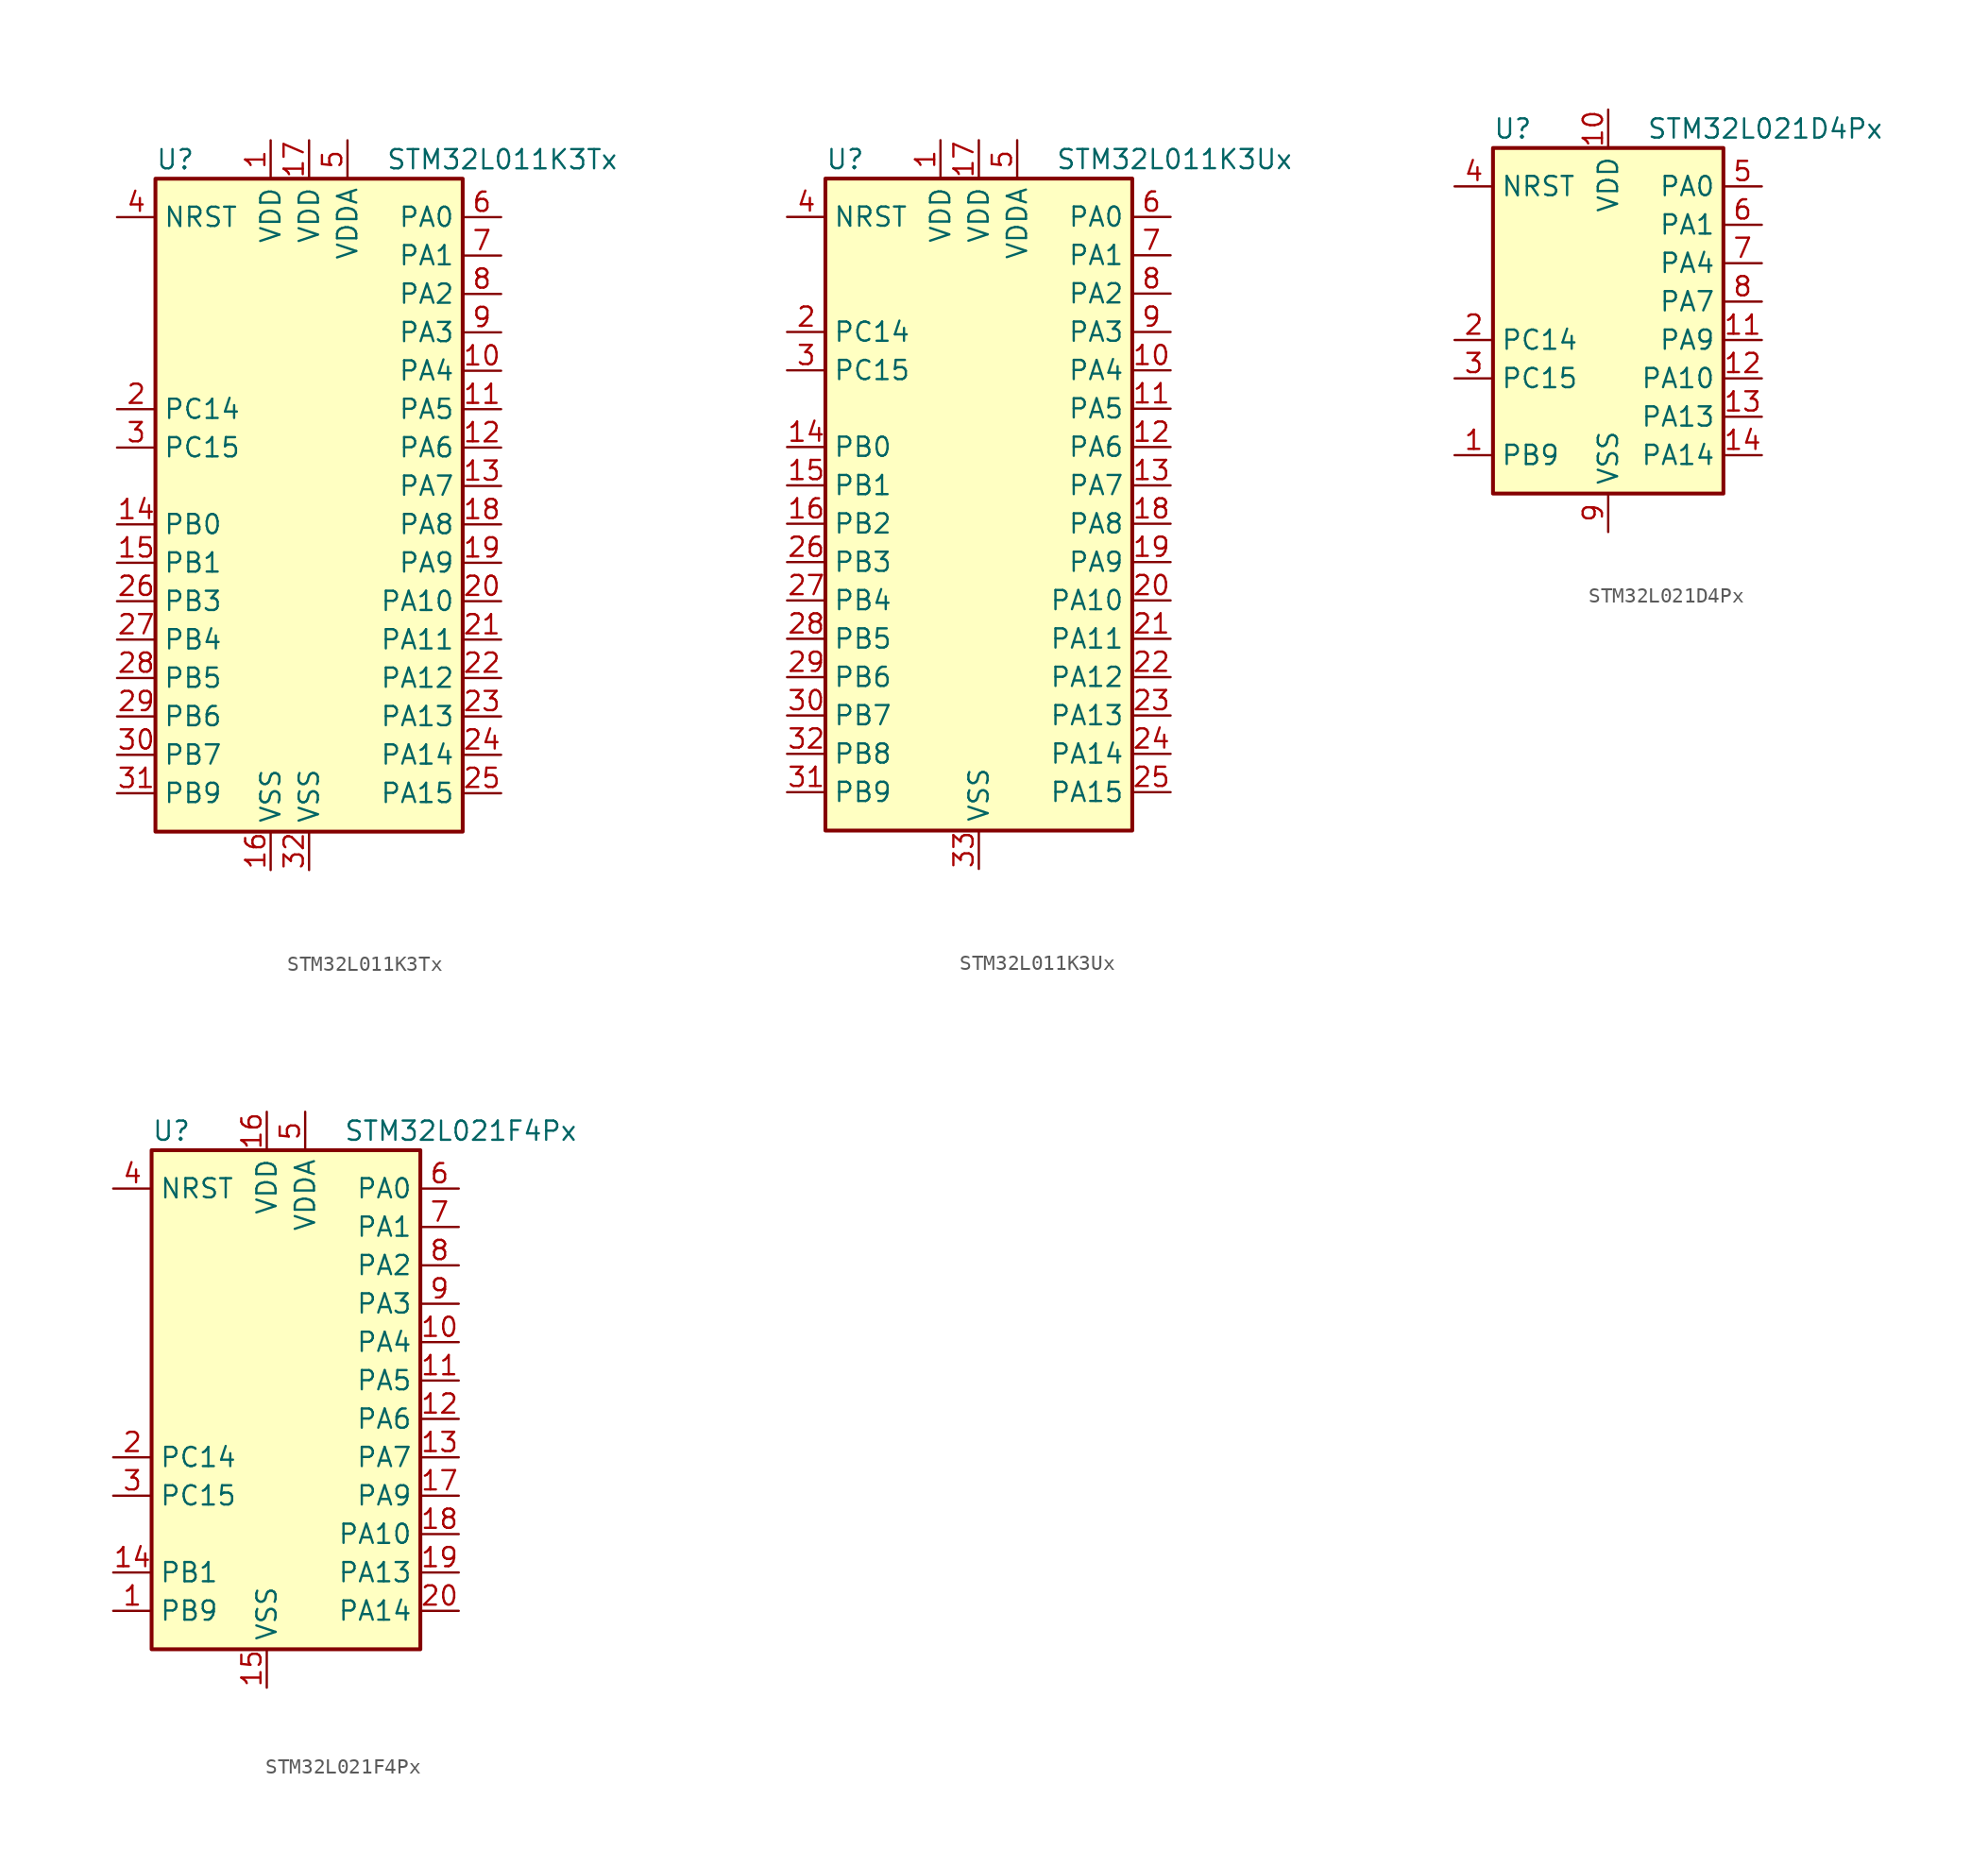
<source format=kicad_sym>
(kicad_symbol_lib
  (version 20201005)
  (generator kicad_symbol_editor)
  (symbol "STM32L011K3Tx"
    (property "Reference" "U"
      (at -10.16 21.59 0)
      (effects (font (size 1.27 1.27)) (justify left)))
    (property "Value" "STM32L011K3Tx"
      (at 5.08 21.59 0)
      (effects (font (size 1.27 1.27)) (justify left)))
    (symbol "STM32L011K3Tx_0_1"
      (rectangle (start -10.16 -22.86) (end 10.16 20.32) (stroke (width 0.254)) (fill (type background))))
    (symbol "STM32L011K3Tx_1_1"
      (pin power_in line (at -2.54 22.86 270) (length 2.54) (name "VDD" (effects (font (size 1.27 1.27)))) (number "1" (effects (font (size 1.27 1.27)))))
      (pin bidirectional line (at 12.7 7.62 180) (length 2.54) (name "PA4" (effects (font (size 1.27 1.27)))) (number "10" (effects (font (size 1.27 1.27)))))
      (pin bidirectional line (at 12.7 5.08 180) (length 2.54) (name "PA5" (effects (font (size 1.27 1.27)))) (number "11" (effects (font (size 1.27 1.27)))))
      (pin bidirectional line (at 12.7 2.54 180) (length 2.54) (name "PA6" (effects (font (size 1.27 1.27)))) (number "12" (effects (font (size 1.27 1.27)))))
      (pin bidirectional line (at 12.7 0 180) (length 2.54) (name "PA7" (effects (font (size 1.27 1.27)))) (number "13" (effects (font (size 1.27 1.27)))))
      (pin bidirectional line (at -12.7 -2.54 0) (length 2.54) (name "PB0" (effects (font (size 1.27 1.27)))) (number "14" (effects (font (size 1.27 1.27)))))
      (pin bidirectional line (at -12.7 -5.08 0) (length 2.54) (name "PB1" (effects (font (size 1.27 1.27)))) (number "15" (effects (font (size 1.27 1.27)))))
      (pin power_in line (at -2.54 -25.4 90) (length 2.54) (name "VSS" (effects (font (size 1.27 1.27)))) (number "16" (effects (font (size 1.27 1.27)))))
      (pin power_in line (at 0 22.86 270) (length 2.54) (name "VDD" (effects (font (size 1.27 1.27)))) (number "17" (effects (font (size 1.27 1.27)))))
      (pin bidirectional line (at 12.7 -2.54 180) (length 2.54) (name "PA8" (effects (font (size 1.27 1.27)))) (number "18" (effects (font (size 1.27 1.27)))))
      (pin bidirectional line (at 12.7 -5.08 180) (length 2.54) (name "PA9" (effects (font (size 1.27 1.27)))) (number "19" (effects (font (size 1.27 1.27)))))
      (pin bidirectional line (at -12.7 5.08 0) (length 2.54) (name "PC14" (effects (font (size 1.27 1.27)))) (number "2" (effects (font (size 1.27 1.27)))))
      (pin bidirectional line (at 12.7 -7.62 180) (length 2.54) (name "PA10" (effects (font (size 1.27 1.27)))) (number "20" (effects (font (size 1.27 1.27)))))
      (pin bidirectional line (at 12.7 -10.16 180) (length 2.54) (name "PA11" (effects (font (size 1.27 1.27)))) (number "21" (effects (font (size 1.27 1.27)))))
      (pin bidirectional line (at 12.7 -12.7 180) (length 2.54) (name "PA12" (effects (font (size 1.27 1.27)))) (number "22" (effects (font (size 1.27 1.27)))))
      (pin bidirectional line (at 12.7 -15.24 180) (length 2.54) (name "PA13" (effects (font (size 1.27 1.27)))) (number "23" (effects (font (size 1.27 1.27)))))
      (pin bidirectional line (at 12.7 -17.78 180) (length 2.54) (name "PA14" (effects (font (size 1.27 1.27)))) (number "24" (effects (font (size 1.27 1.27)))))
      (pin bidirectional line (at 12.7 -20.32 180) (length 2.54) (name "PA15" (effects (font (size 1.27 1.27)))) (number "25" (effects (font (size 1.27 1.27)))))
      (pin bidirectional line (at -12.7 -7.62 0) (length 2.54) (name "PB3" (effects (font (size 1.27 1.27)))) (number "26" (effects (font (size 1.27 1.27)))))
      (pin bidirectional line (at -12.7 -10.16 0) (length 2.54) (name "PB4" (effects (font (size 1.27 1.27)))) (number "27" (effects (font (size 1.27 1.27)))))
      (pin bidirectional line (at -12.7 -12.7 0) (length 2.54) (name "PB5" (effects (font (size 1.27 1.27)))) (number "28" (effects (font (size 1.27 1.27)))))
      (pin bidirectional line (at -12.7 -15.24 0) (length 2.54) (name "PB6" (effects (font (size 1.27 1.27)))) (number "29" (effects (font (size 1.27 1.27)))))
      (pin bidirectional line (at -12.7 2.54 0) (length 2.54) (name "PC15" (effects (font (size 1.27 1.27)))) (number "3" (effects (font (size 1.27 1.27)))))
      (pin bidirectional line (at -12.7 -17.78 0) (length 2.54) (name "PB7" (effects (font (size 1.27 1.27)))) (number "30" (effects (font (size 1.27 1.27)))))
      (pin bidirectional line (at -12.7 -20.32 0) (length 2.54) (name "PB9" (effects (font (size 1.27 1.27)))) (number "31" (effects (font (size 1.27 1.27)))))
      (pin power_in line (at 0 -25.4 90) (length 2.54) (name "VSS" (effects (font (size 1.27 1.27)))) (number "32" (effects (font (size 1.27 1.27)))))
      (pin input line (at -12.7 17.78 0) (length 2.54) (name "NRST" (effects (font (size 1.27 1.27)))) (number "4" (effects (font (size 1.27 1.27)))))
      (pin power_in line (at 2.54 22.86 270) (length 2.54) (name "VDDA" (effects (font (size 1.27 1.27)))) (number "5" (effects (font (size 1.27 1.27)))))
      (pin bidirectional line (at 12.7 17.78 180) (length 2.54) (name "PA0" (effects (font (size 1.27 1.27)))) (number "6" (effects (font (size 1.27 1.27)))))
      (pin bidirectional line (at 12.7 15.24 180) (length 2.54) (name "PA1" (effects (font (size 1.27 1.27)))) (number "7" (effects (font (size 1.27 1.27)))))
      (pin bidirectional line (at 12.7 12.7 180) (length 2.54) (name "PA2" (effects (font (size 1.27 1.27)))) (number "8" (effects (font (size 1.27 1.27)))))
      (pin bidirectional line (at 12.7 10.16 180) (length 2.54) (name "PA3" (effects (font (size 1.27 1.27)))) (number "9" (effects (font (size 1.27 1.27)))))))
  (symbol "STM32L011K3Ux"
    (property "Reference" "U"
      (at -10.16 21.59 0)
      (effects (font (size 1.27 1.27)) (justify left)))
    (property "Value" "STM32L011K3Ux"
      (at 5.08 21.59 0)
      (effects (font (size 1.27 1.27)) (justify left)))
    (symbol "STM32L011K3Ux_0_1"
      (rectangle (start -10.16 -22.86) (end 10.16 20.32) (stroke (width 0.254)) (fill (type background))))
    (symbol "STM32L011K3Ux_1_1"
      (pin power_in line (at -2.54 22.86 270) (length 2.54) (name "VDD" (effects (font (size 1.27 1.27)))) (number "1" (effects (font (size 1.27 1.27)))))
      (pin bidirectional line (at 12.7 7.62 180) (length 2.54) (name "PA4" (effects (font (size 1.27 1.27)))) (number "10" (effects (font (size 1.27 1.27)))))
      (pin bidirectional line (at 12.7 5.08 180) (length 2.54) (name "PA5" (effects (font (size 1.27 1.27)))) (number "11" (effects (font (size 1.27 1.27)))))
      (pin bidirectional line (at 12.7 2.54 180) (length 2.54) (name "PA6" (effects (font (size 1.27 1.27)))) (number "12" (effects (font (size 1.27 1.27)))))
      (pin bidirectional line (at 12.7 0 180) (length 2.54) (name "PA7" (effects (font (size 1.27 1.27)))) (number "13" (effects (font (size 1.27 1.27)))))
      (pin bidirectional line (at -12.7 2.54 0) (length 2.54) (name "PB0" (effects (font (size 1.27 1.27)))) (number "14" (effects (font (size 1.27 1.27)))))
      (pin bidirectional line (at -12.7 0 0) (length 2.54) (name "PB1" (effects (font (size 1.27 1.27)))) (number "15" (effects (font (size 1.27 1.27)))))
      (pin bidirectional line (at -12.7 -2.54 0) (length 2.54) (name "PB2" (effects (font (size 1.27 1.27)))) (number "16" (effects (font (size 1.27 1.27)))))
      (pin power_in line (at 0 22.86 270) (length 2.54) (name "VDD" (effects (font (size 1.27 1.27)))) (number "17" (effects (font (size 1.27 1.27)))))
      (pin bidirectional line (at 12.7 -2.54 180) (length 2.54) (name "PA8" (effects (font (size 1.27 1.27)))) (number "18" (effects (font (size 1.27 1.27)))))
      (pin bidirectional line (at 12.7 -5.08 180) (length 2.54) (name "PA9" (effects (font (size 1.27 1.27)))) (number "19" (effects (font (size 1.27 1.27)))))
      (pin bidirectional line (at -12.7 10.16 0) (length 2.54) (name "PC14" (effects (font (size 1.27 1.27)))) (number "2" (effects (font (size 1.27 1.27)))))
      (pin bidirectional line (at 12.7 -7.62 180) (length 2.54) (name "PA10" (effects (font (size 1.27 1.27)))) (number "20" (effects (font (size 1.27 1.27)))))
      (pin bidirectional line (at 12.7 -10.16 180) (length 2.54) (name "PA11" (effects (font (size 1.27 1.27)))) (number "21" (effects (font (size 1.27 1.27)))))
      (pin bidirectional line (at 12.7 -12.7 180) (length 2.54) (name "PA12" (effects (font (size 1.27 1.27)))) (number "22" (effects (font (size 1.27 1.27)))))
      (pin bidirectional line (at 12.7 -15.24 180) (length 2.54) (name "PA13" (effects (font (size 1.27 1.27)))) (number "23" (effects (font (size 1.27 1.27)))))
      (pin bidirectional line (at 12.7 -17.78 180) (length 2.54) (name "PA14" (effects (font (size 1.27 1.27)))) (number "24" (effects (font (size 1.27 1.27)))))
      (pin bidirectional line (at 12.7 -20.32 180) (length 2.54) (name "PA15" (effects (font (size 1.27 1.27)))) (number "25" (effects (font (size 1.27 1.27)))))
      (pin bidirectional line (at -12.7 -5.08 0) (length 2.54) (name "PB3" (effects (font (size 1.27 1.27)))) (number "26" (effects (font (size 1.27 1.27)))))
      (pin bidirectional line (at -12.7 -7.62 0) (length 2.54) (name "PB4" (effects (font (size 1.27 1.27)))) (number "27" (effects (font (size 1.27 1.27)))))
      (pin bidirectional line (at -12.7 -10.16 0) (length 2.54) (name "PB5" (effects (font (size 1.27 1.27)))) (number "28" (effects (font (size 1.27 1.27)))))
      (pin bidirectional line (at -12.7 -12.7 0) (length 2.54) (name "PB6" (effects (font (size 1.27 1.27)))) (number "29" (effects (font (size 1.27 1.27)))))
      (pin bidirectional line (at -12.7 7.62 0) (length 2.54) (name "PC15" (effects (font (size 1.27 1.27)))) (number "3" (effects (font (size 1.27 1.27)))))
      (pin bidirectional line (at -12.7 -15.24 0) (length 2.54) (name "PB7" (effects (font (size 1.27 1.27)))) (number "30" (effects (font (size 1.27 1.27)))))
      (pin bidirectional line (at -12.7 -20.32 0) (length 2.54) (name "PB9" (effects (font (size 1.27 1.27)))) (number "31" (effects (font (size 1.27 1.27)))))
      (pin bidirectional line (at -12.7 -17.78 0) (length 2.54) (name "PB8" (effects (font (size 1.27 1.27)))) (number "32" (effects (font (size 1.27 1.27)))))
      (pin power_in line (at 0 -25.4 90) (length 2.54) (name "VSS" (effects (font (size 1.27 1.27)))) (number "33" (effects (font (size 1.27 1.27)))))
      (pin input line (at -12.7 17.78 0) (length 2.54) (name "NRST" (effects (font (size 1.27 1.27)))) (number "4" (effects (font (size 1.27 1.27)))))
      (pin power_in line (at 2.54 22.86 270) (length 2.54) (name "VDDA" (effects (font (size 1.27 1.27)))) (number "5" (effects (font (size 1.27 1.27)))))
      (pin bidirectional line (at 12.7 17.78 180) (length 2.54) (name "PA0" (effects (font (size 1.27 1.27)))) (number "6" (effects (font (size 1.27 1.27)))))
      (pin bidirectional line (at 12.7 15.24 180) (length 2.54) (name "PA1" (effects (font (size 1.27 1.27)))) (number "7" (effects (font (size 1.27 1.27)))))
      (pin bidirectional line (at 12.7 12.7 180) (length 2.54) (name "PA2" (effects (font (size 1.27 1.27)))) (number "8" (effects (font (size 1.27 1.27)))))
      (pin bidirectional line (at 12.7 10.16 180) (length 2.54) (name "PA3" (effects (font (size 1.27 1.27)))) (number "9" (effects (font (size 1.27 1.27)))))))
  (symbol "STM32L021D4Px"
    (property "Reference" "U"
      (at -7.62 11.43 0)
      (effects (font (size 1.27 1.27)) (justify left)))
    (property "Value" "STM32L021D4Px"
      (at 2.54 11.43 0)
      (effects (font (size 1.27 1.27)) (justify left)))
    (symbol "STM32L021D4Px_0_1"
      (rectangle (start -7.62 -12.7) (end 7.62 10.16) (stroke (width 0.254)) (fill (type background))))
    (symbol "STM32L021D4Px_1_1"
      (pin bidirectional line (at -10.16 -10.16 0) (length 2.54) (name "PB9" (effects (font (size 1.27 1.27)))) (number "1" (effects (font (size 1.27 1.27)))))
      (pin power_in line (at 0 12.7 270) (length 2.54) (name "VDD" (effects (font (size 1.27 1.27)))) (number "10" (effects (font (size 1.27 1.27)))))
      (pin bidirectional line (at 10.16 -2.54 180) (length 2.54) (name "PA9" (effects (font (size 1.27 1.27)))) (number "11" (effects (font (size 1.27 1.27)))))
      (pin bidirectional line (at 10.16 -5.08 180) (length 2.54) (name "PA10" (effects (font (size 1.27 1.27)))) (number "12" (effects (font (size 1.27 1.27)))))
      (pin bidirectional line (at 10.16 -7.62 180) (length 2.54) (name "PA13" (effects (font (size 1.27 1.27)))) (number "13" (effects (font (size 1.27 1.27)))))
      (pin bidirectional line (at 10.16 -10.16 180) (length 2.54) (name "PA14" (effects (font (size 1.27 1.27)))) (number "14" (effects (font (size 1.27 1.27)))))
      (pin bidirectional line (at -10.16 -2.54 0) (length 2.54) (name "PC14" (effects (font (size 1.27 1.27)))) (number "2" (effects (font (size 1.27 1.27)))))
      (pin bidirectional line (at -10.16 -5.08 0) (length 2.54) (name "PC15" (effects (font (size 1.27 1.27)))) (number "3" (effects (font (size 1.27 1.27)))))
      (pin input line (at -10.16 7.62 0) (length 2.54) (name "NRST" (effects (font (size 1.27 1.27)))) (number "4" (effects (font (size 1.27 1.27)))))
      (pin bidirectional line (at 10.16 7.62 180) (length 2.54) (name "PA0" (effects (font (size 1.27 1.27)))) (number "5" (effects (font (size 1.27 1.27)))))
      (pin bidirectional line (at 10.16 5.08 180) (length 2.54) (name "PA1" (effects (font (size 1.27 1.27)))) (number "6" (effects (font (size 1.27 1.27)))))
      (pin bidirectional line (at 10.16 2.54 180) (length 2.54) (name "PA4" (effects (font (size 1.27 1.27)))) (number "7" (effects (font (size 1.27 1.27)))))
      (pin bidirectional line (at 10.16 0 180) (length 2.54) (name "PA7" (effects (font (size 1.27 1.27)))) (number "8" (effects (font (size 1.27 1.27)))))
      (pin power_in line (at 0 -15.24 90) (length 2.54) (name "VSS" (effects (font (size 1.27 1.27)))) (number "9" (effects (font (size 1.27 1.27)))))))
  (symbol "STM32L021F4Px"
    (property "Reference" "U"
      (at -10.16 16.51 0)
      (effects (font (size 1.27 1.27)) (justify left)))
    (property "Value" "STM32L021F4Px"
      (at 2.54 16.51 0)
      (effects (font (size 1.27 1.27)) (justify left)))
    (symbol "STM32L021F4Px_0_1"
      (rectangle (start -10.16 -17.78) (end 7.62 15.24) (stroke (width 0.254)) (fill (type background))))
    (symbol "STM32L021F4Px_1_1"
      (pin bidirectional line (at -12.7 -15.24 0) (length 2.54) (name "PB9" (effects (font (size 1.27 1.27)))) (number "1" (effects (font (size 1.27 1.27)))))
      (pin bidirectional line (at 10.16 2.54 180) (length 2.54) (name "PA4" (effects (font (size 1.27 1.27)))) (number "10" (effects (font (size 1.27 1.27)))))
      (pin bidirectional line (at 10.16 0 180) (length 2.54) (name "PA5" (effects (font (size 1.27 1.27)))) (number "11" (effects (font (size 1.27 1.27)))))
      (pin bidirectional line (at 10.16 -2.54 180) (length 2.54) (name "PA6" (effects (font (size 1.27 1.27)))) (number "12" (effects (font (size 1.27 1.27)))))
      (pin bidirectional line (at 10.16 -5.08 180) (length 2.54) (name "PA7" (effects (font (size 1.27 1.27)))) (number "13" (effects (font (size 1.27 1.27)))))
      (pin bidirectional line (at -12.7 -12.7 0) (length 2.54) (name "PB1" (effects (font (size 1.27 1.27)))) (number "14" (effects (font (size 1.27 1.27)))))
      (pin power_in line (at -2.54 -20.32 90) (length 2.54) (name "VSS" (effects (font (size 1.27 1.27)))) (number "15" (effects (font (size 1.27 1.27)))))
      (pin power_in line (at -2.54 17.78 270) (length 2.54) (name "VDD" (effects (font (size 1.27 1.27)))) (number "16" (effects (font (size 1.27 1.27)))))
      (pin bidirectional line (at 10.16 -7.62 180) (length 2.54) (name "PA9" (effects (font (size 1.27 1.27)))) (number "17" (effects (font (size 1.27 1.27)))))
      (pin bidirectional line (at 10.16 -10.16 180) (length 2.54) (name "PA10" (effects (font (size 1.27 1.27)))) (number "18" (effects (font (size 1.27 1.27)))))
      (pin bidirectional line (at 10.16 -12.7 180) (length 2.54) (name "PA13" (effects (font (size 1.27 1.27)))) (number "19" (effects (font (size 1.27 1.27)))))
      (pin bidirectional line (at -12.7 -5.08 0) (length 2.54) (name "PC14" (effects (font (size 1.27 1.27)))) (number "2" (effects (font (size 1.27 1.27)))))
      (pin bidirectional line (at 10.16 -15.24 180) (length 2.54) (name "PA14" (effects (font (size 1.27 1.27)))) (number "20" (effects (font (size 1.27 1.27)))))
      (pin bidirectional line (at -12.7 -7.62 0) (length 2.54) (name "PC15" (effects (font (size 1.27 1.27)))) (number "3" (effects (font (size 1.27 1.27)))))
      (pin input line (at -12.7 12.7 0) (length 2.54) (name "NRST" (effects (font (size 1.27 1.27)))) (number "4" (effects (font (size 1.27 1.27)))))
      (pin power_in line (at 0 17.78 270) (length 2.54) (name "VDDA" (effects (font (size 1.27 1.27)))) (number "5" (effects (font (size 1.27 1.27)))))
      (pin bidirectional line (at 10.16 12.7 180) (length 2.54) (name "PA0" (effects (font (size 1.27 1.27)))) (number "6" (effects (font (size 1.27 1.27)))))
      (pin bidirectional line (at 10.16 10.16 180) (length 2.54) (name "PA1" (effects (font (size 1.27 1.27)))) (number "7" (effects (font (size 1.27 1.27)))))
      (pin bidirectional line (at 10.16 7.62 180) (length 2.54) (name "PA2" (effects (font (size 1.27 1.27)))) (number "8" (effects (font (size 1.27 1.27)))))
      (pin bidirectional line (at 10.16 5.08 180) (length 2.54) (name "PA3" (effects (font (size 1.27 1.27)))) (number "9" (effects (font (size 1.27 1.27))))))))
</source>
